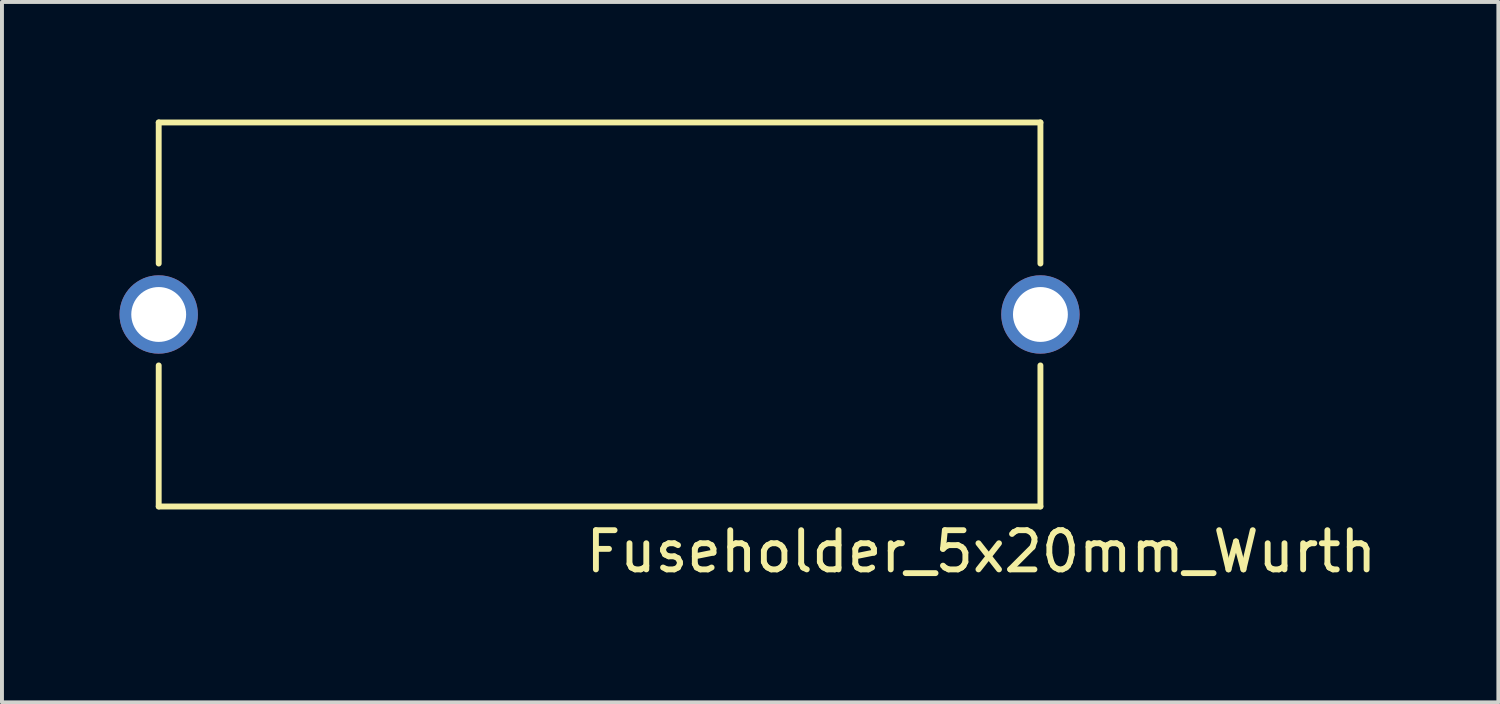
<source format=kicad_pcb>
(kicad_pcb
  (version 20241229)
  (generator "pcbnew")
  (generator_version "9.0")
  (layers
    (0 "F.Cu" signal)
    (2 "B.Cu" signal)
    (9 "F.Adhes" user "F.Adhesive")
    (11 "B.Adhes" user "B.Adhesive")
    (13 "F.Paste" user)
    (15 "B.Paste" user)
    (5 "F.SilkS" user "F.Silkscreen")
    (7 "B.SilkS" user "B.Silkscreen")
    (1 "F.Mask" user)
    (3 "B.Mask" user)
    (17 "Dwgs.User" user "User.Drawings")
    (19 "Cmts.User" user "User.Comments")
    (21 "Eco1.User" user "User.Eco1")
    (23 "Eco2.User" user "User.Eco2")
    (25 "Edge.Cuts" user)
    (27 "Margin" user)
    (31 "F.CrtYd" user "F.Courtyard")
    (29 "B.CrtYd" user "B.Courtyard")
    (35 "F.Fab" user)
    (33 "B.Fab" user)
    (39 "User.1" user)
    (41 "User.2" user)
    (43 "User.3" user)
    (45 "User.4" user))
  (footprint "Fuseholder_5x20mm_Wurth"
    (layer "F.Cu")
    (at 12.25 4.975)
    (property "Reference" "Fuseholder_5x20mm_Wurth" (at 9.74 6.05 0) (layer "F.SilkS") (effects (font (size 1 1) (thickness 0.15))))
    (attr through_hole)
    (fp_line (start -11.25 -4.9) (end -11.25 -1.3) (stroke (width 0.15) (type solid)) (layer "F.SilkS"))
    (fp_line (start -11.25 -4.9) (end 11.25 -4.9) (stroke (width 0.15) (type solid)) (layer "F.SilkS"))
    (fp_line (start -11.25 1.3) (end -11.25 4.9) (stroke (width 0.15) (type solid)) (layer "F.SilkS"))
    (fp_line (start -11.25 4.9) (end 11.25 4.9) (stroke (width 0.15) (type solid)) (layer "F.SilkS"))
    (fp_line (start 11.25 -4.9) (end 11.25 -1.3) (stroke (width 0.15) (type solid)) (layer "F.SilkS"))
    (fp_line (start 11.25 1.3) (end 11.25 4.9) (stroke (width 0.15) (type solid)) (layer "F.SilkS"))
    (pad "1" thru_hole circle (at -11.25 0) (size 2 2) (drill 1.4) (layers "*.Cu" "*.Mask"))
    (pad "2" thru_hole circle (at 11.25 0) (size 2 2) (drill 1.4) (layers "*.Cu" "*.Mask")))
  (gr_rect
    (start -3 -3)
    (end 35.186 14.873)
    (stroke (width 0.1) (type default))
    (fill no)
    (layer "Edge.Cuts")))
</source>
